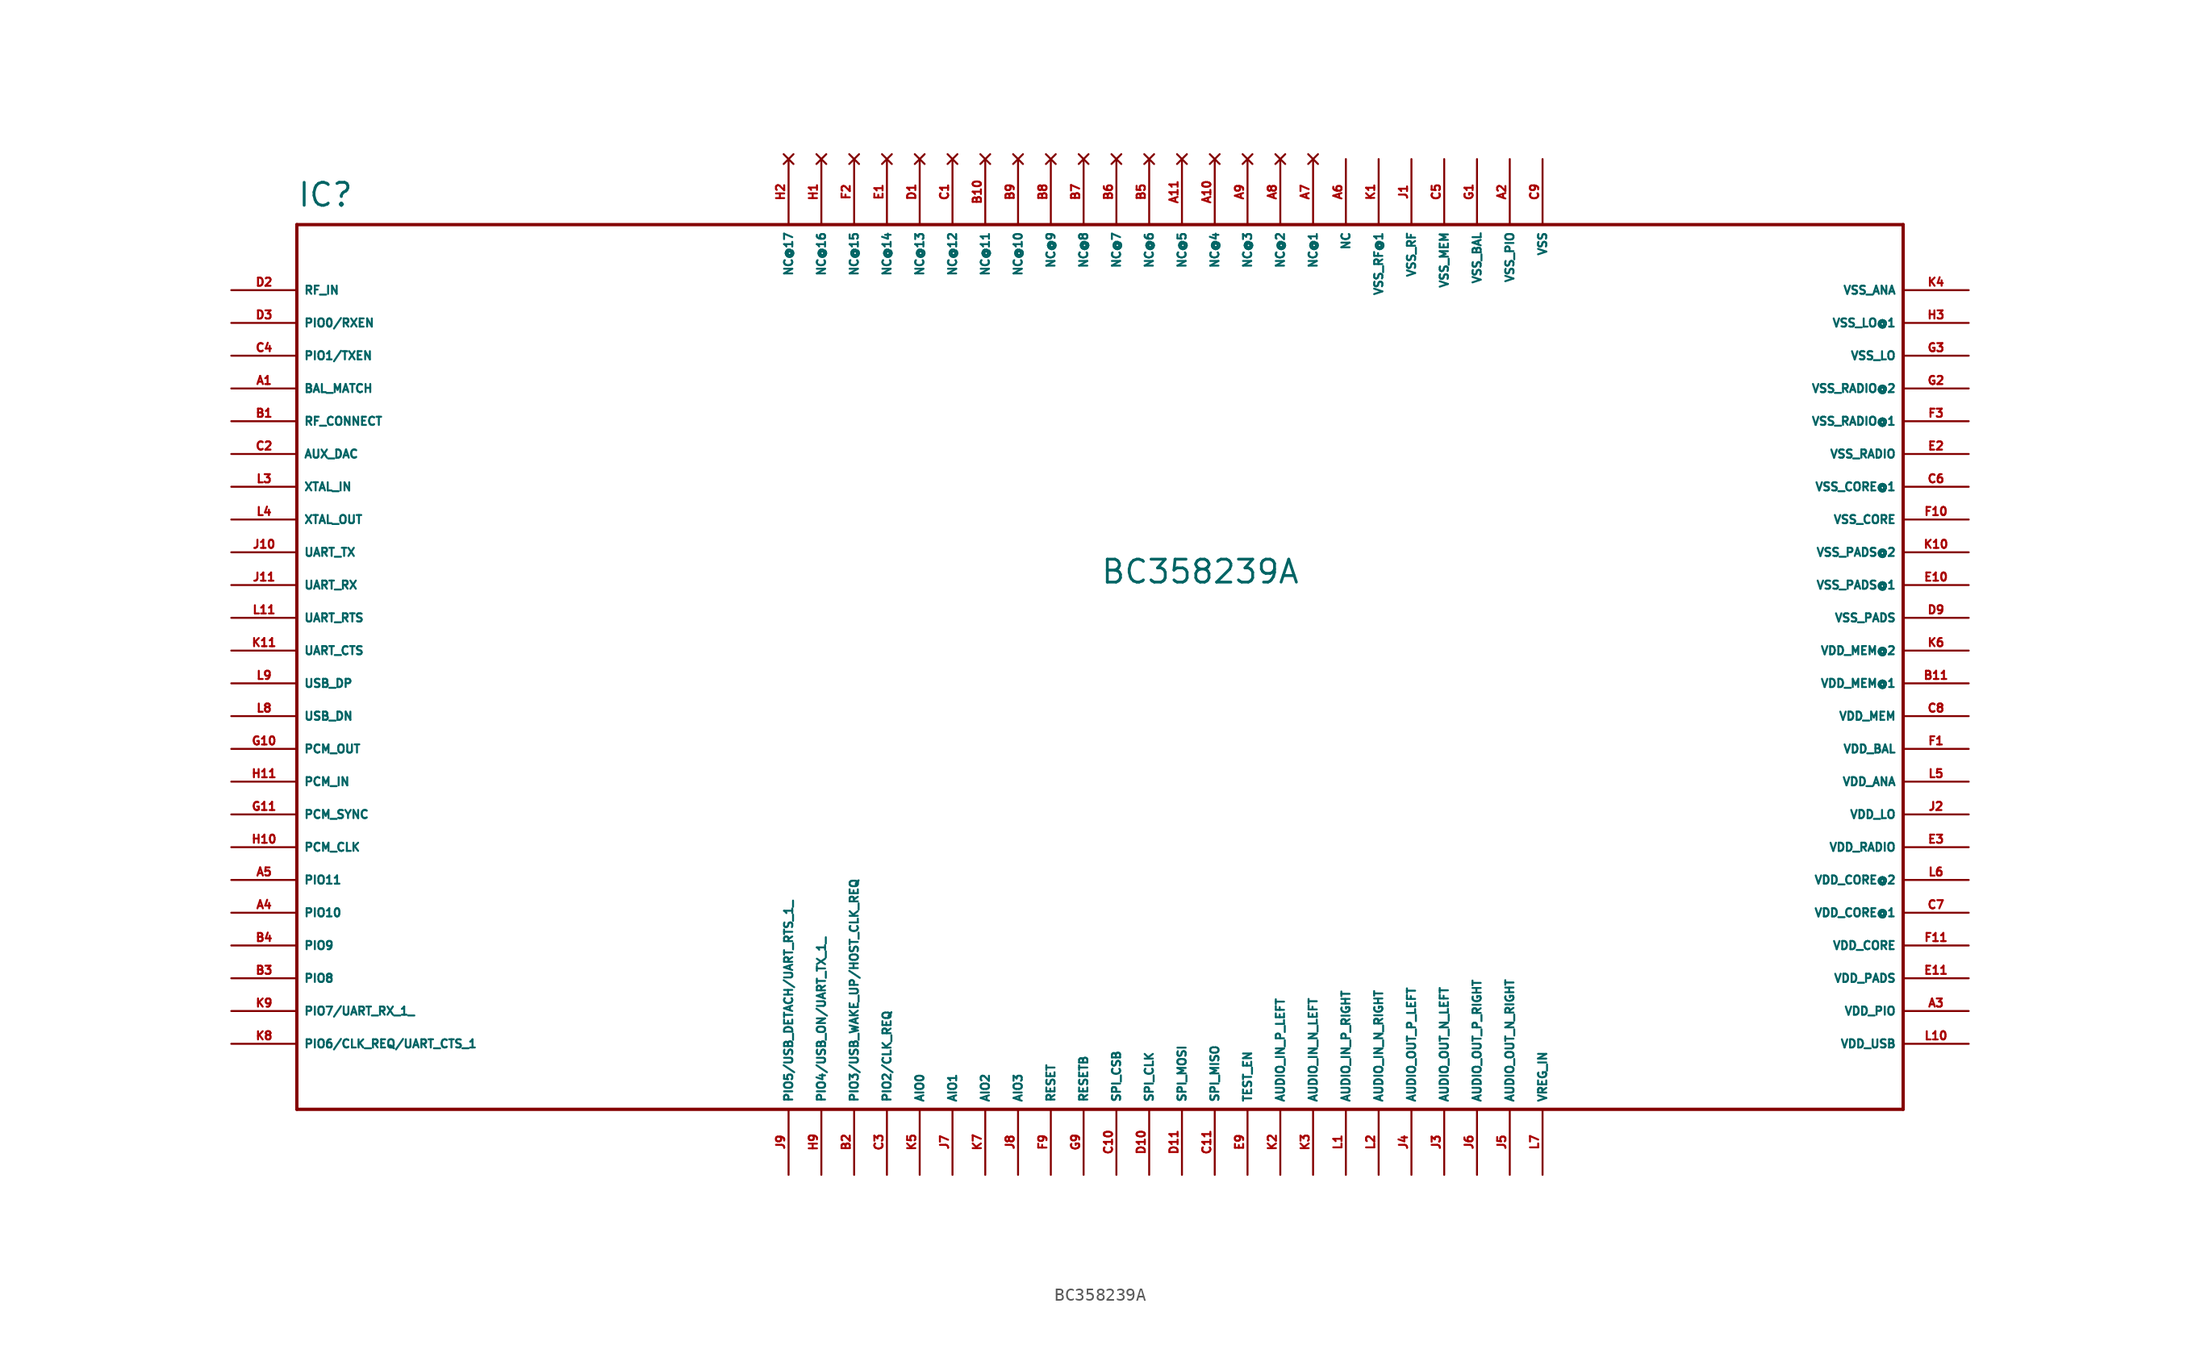
<source format=kicad_sym>
(kicad_symbol_lib
  (version 20220914)
  (generator Eagle2Kicad)
  (symbol "BC358239A"
    (property "Reference" "IC"
      (at -68.58 34.29 0)
      (effects (font (size 1.778 1.778) (thickness 0.22)) (justify left bottom)))
    (property "Value" "BC358239A"
      (at -6.35 5.08 0)
      (effects (font (size 1.778 1.778) (thickness 0.22)) (justify left bottom)))
    (polyline
      (pts (xy -68.58 -35.56) (xy 55.88 -35.56))
      (stroke (width 0.254) (type default))
      (fill (type none)))
    (polyline
      (pts (xy 55.88 -35.56) (xy 55.88 33.02))
      (stroke (width 0.254) (type default))
      (fill (type none)))
    (polyline
      (pts (xy 55.88 33.02) (xy -68.58 33.02))
      (stroke (width 0.254) (type default))
      (fill (type none)))
    (polyline
      (pts (xy -68.58 33.02) (xy -68.58 -35.56))
      (stroke (width 0.254) (type default))
      (fill (type none)))
    (pin input line
      (at -73.66 27.94 0)
      (length 5.08)
      (name "RF_IN" (effects (font (size 0.635 0.635) (thickness 0.08)) (justify left bottom)))
      (number "D2" (effects (font (size 0.635 0.635) (thickness 0.08)) (justify left bottom))))
    (pin bidirectional line
      (at -73.66 25.4 0)
      (length 5.08)
      (name "PIO0/RXEN" (effects (font (size 0.635 0.635) (thickness 0.08)) (justify left bottom)))
      (number "D3" (effects (font (size 0.635 0.635) (thickness 0.08)) (justify left bottom))))
    (pin bidirectional line
      (at -73.66 22.86 0)
      (length 5.08)
      (name "PIO1/TXEN" (effects (font (size 0.635 0.635) (thickness 0.08)) (justify left bottom)))
      (number "C4" (effects (font (size 0.635 0.635) (thickness 0.08)) (justify left bottom))))
    (pin input line
      (at -73.66 20.32 0)
      (length 5.08)
      (name "BAL_MATCH" (effects (font (size 0.635 0.635) (thickness 0.08)) (justify left bottom)))
      (number "A1" (effects (font (size 0.635 0.635) (thickness 0.08)) (justify left bottom))))
    (pin bidirectional line
      (at -73.66 17.78 0)
      (length 5.08)
      (name "RF_CONNECT" (effects (font (size 0.635 0.635) (thickness 0.08)) (justify left bottom)))
      (number "B1" (effects (font (size 0.635 0.635) (thickness 0.08)) (justify left bottom))))
    (pin output line
      (at -73.66 15.24 0)
      (length 5.08)
      (name "AUX_DAC" (effects (font (size 0.635 0.635) (thickness 0.08)) (justify left bottom)))
      (number "C2" (effects (font (size 0.635 0.635) (thickness 0.08)) (justify left bottom))))
    (pin input line
      (at -73.66 12.7 0)
      (length 5.08)
      (name "XTAL_IN" (effects (font (size 0.635 0.635) (thickness 0.08)) (justify left bottom)))
      (number "L3" (effects (font (size 0.635 0.635) (thickness 0.08)) (justify left bottom))))
    (pin output line
      (at -73.66 10.16 0)
      (length 5.08)
      (name "XTAL_OUT" (effects (font (size 0.635 0.635) (thickness 0.08)) (justify left bottom)))
      (number "L4" (effects (font (size 0.635 0.635) (thickness 0.08)) (justify left bottom))))
    (pin output line
      (at -73.66 7.62 0)
      (length 5.08)
      (name "UART_TX" (effects (font (size 0.635 0.635) (thickness 0.08)) (justify left bottom)))
      (number "J10" (effects (font (size 0.635 0.635) (thickness 0.08)) (justify left bottom))))
    (pin input line
      (at -73.66 5.08 0)
      (length 5.08)
      (name "UART_RX" (effects (font (size 0.635 0.635) (thickness 0.08)) (justify left bottom)))
      (number "J11" (effects (font (size 0.635 0.635) (thickness 0.08)) (justify left bottom))))
    (pin tri_state line
      (at -73.66 2.54 0)
      (length 5.08)
      (name "UART_RTS" (effects (font (size 0.635 0.635) (thickness 0.08)) (justify left bottom)))
      (number "L11" (effects (font (size 0.635 0.635) (thickness 0.08)) (justify left bottom))))
    (pin input line
      (at -73.66 0 0)
      (length 5.08)
      (name "UART_CTS" (effects (font (size 0.635 0.635) (thickness 0.08)) (justify left bottom)))
      (number "K11" (effects (font (size 0.635 0.635) (thickness 0.08)) (justify left bottom))))
    (pin bidirectional line
      (at -73.66 -2.54 0)
      (length 5.08)
      (name "USB_DP" (effects (font (size 0.635 0.635) (thickness 0.08)) (justify left bottom)))
      (number "L9" (effects (font (size 0.635 0.635) (thickness 0.08)) (justify left bottom))))
    (pin bidirectional line
      (at -73.66 -5.08 0)
      (length 5.08)
      (name "USB_DN" (effects (font (size 0.635 0.635) (thickness 0.08)) (justify left bottom)))
      (number "L8" (effects (font (size 0.635 0.635) (thickness 0.08)) (justify left bottom))))
    (pin output line
      (at -73.66 -7.62 0)
      (length 5.08)
      (name "PCM_OUT" (effects (font (size 0.635 0.635) (thickness 0.08)) (justify left bottom)))
      (number "G10" (effects (font (size 0.635 0.635) (thickness 0.08)) (justify left bottom))))
    (pin input line
      (at -73.66 -10.16 0)
      (length 5.08)
      (name "PCM_IN" (effects (font (size 0.635 0.635) (thickness 0.08)) (justify left bottom)))
      (number "H11" (effects (font (size 0.635 0.635) (thickness 0.08)) (justify left bottom))))
    (pin bidirectional line
      (at -73.66 -12.7 0)
      (length 5.08)
      (name "PCM_SYNC" (effects (font (size 0.635 0.635) (thickness 0.08)) (justify left bottom)))
      (number "G11" (effects (font (size 0.635 0.635) (thickness 0.08)) (justify left bottom))))
    (pin bidirectional line
      (at -73.66 -15.24 0)
      (length 5.08)
      (name "PCM_CLK" (effects (font (size 0.635 0.635) (thickness 0.08)) (justify left bottom)))
      (number "H10" (effects (font (size 0.635 0.635) (thickness 0.08)) (justify left bottom))))
    (pin bidirectional line
      (at -73.66 -17.78 0)
      (length 5.08)
      (name "PIO11" (effects (font (size 0.635 0.635) (thickness 0.08)) (justify left bottom)))
      (number "A5" (effects (font (size 0.635 0.635) (thickness 0.08)) (justify left bottom))))
    (pin bidirectional line
      (at -73.66 -20.32 0)
      (length 5.08)
      (name "PIO10" (effects (font (size 0.635 0.635) (thickness 0.08)) (justify left bottom)))
      (number "A4" (effects (font (size 0.635 0.635) (thickness 0.08)) (justify left bottom))))
    (pin bidirectional line
      (at -73.66 -22.86 0)
      (length 5.08)
      (name "PIO9" (effects (font (size 0.635 0.635) (thickness 0.08)) (justify left bottom)))
      (number "B4" (effects (font (size 0.635 0.635) (thickness 0.08)) (justify left bottom))))
    (pin bidirectional line
      (at -73.66 -25.4 0)
      (length 5.08)
      (name "PIO8" (effects (font (size 0.635 0.635) (thickness 0.08)) (justify left bottom)))
      (number "B3" (effects (font (size 0.635 0.635) (thickness 0.08)) (justify left bottom))))
    (pin bidirectional line
      (at -73.66 -27.94 0)
      (length 5.08)
      (name "PIO7/UART_RX_1_" (effects (font (size 0.635 0.635) (thickness 0.08)) (justify left bottom)))
      (number "K9" (effects (font (size 0.635 0.635) (thickness 0.08)) (justify left bottom))))
    (pin bidirectional line
      (at -73.66 -30.48 0)
      (length 5.08)
      (name "PIO6/CLK_REQ/UART_CTS_1" (effects (font (size 0.635 0.635) (thickness 0.08)) (justify left bottom)))
      (number "K8" (effects (font (size 0.635 0.635) (thickness 0.08)) (justify left bottom))))
    (pin bidirectional line
      (at -30.48 -40.64 90)
      (length 5.08)
      (name "PIO5/USB_DETACH/UART_RTS_1_" (effects (font (size 0.635 0.635) (thickness 0.08)) (justify left bottom)))
      (number "J9" (effects (font (size 0.635 0.635) (thickness 0.08)) (justify left bottom))))
    (pin bidirectional line
      (at -27.94 -40.64 90)
      (length 5.08)
      (name "PIO4/USB_ON/UART_TX_1_" (effects (font (size 0.635 0.635) (thickness 0.08)) (justify left bottom)))
      (number "H9" (effects (font (size 0.635 0.635) (thickness 0.08)) (justify left bottom))))
    (pin bidirectional line
      (at -25.4 -40.64 90)
      (length 5.08)
      (name "PIO3/USB_WAKE_UP/HOST_CLK_REQ" (effects (font (size 0.635 0.635) (thickness 0.08)) (justify left bottom)))
      (number "B2" (effects (font (size 0.635 0.635) (thickness 0.08)) (justify left bottom))))
    (pin bidirectional line
      (at -22.86 -40.64 90)
      (length 5.08)
      (name "PIO2/CLK_REQ" (effects (font (size 0.635 0.635) (thickness 0.08)) (justify left bottom)))
      (number "C3" (effects (font (size 0.635 0.635) (thickness 0.08)) (justify left bottom))))
    (pin bidirectional line
      (at -20.32 -40.64 90)
      (length 5.08)
      (name "AIO0" (effects (font (size 0.635 0.635) (thickness 0.08)) (justify left bottom)))
      (number "K5" (effects (font (size 0.635 0.635) (thickness 0.08)) (justify left bottom))))
    (pin bidirectional line
      (at -17.78 -40.64 90)
      (length 5.08)
      (name "AIO1" (effects (font (size 0.635 0.635) (thickness 0.08)) (justify left bottom)))
      (number "J7" (effects (font (size 0.635 0.635) (thickness 0.08)) (justify left bottom))))
    (pin bidirectional line
      (at -15.24 -40.64 90)
      (length 5.08)
      (name "AIO2" (effects (font (size 0.635 0.635) (thickness 0.08)) (justify left bottom)))
      (number "K7" (effects (font (size 0.635 0.635) (thickness 0.08)) (justify left bottom))))
    (pin bidirectional line
      (at -12.7 -40.64 90)
      (length 5.08)
      (name "AIO3" (effects (font (size 0.635 0.635) (thickness 0.08)) (justify left bottom)))
      (number "J8" (effects (font (size 0.635 0.635) (thickness 0.08)) (justify left bottom))))
    (pin input line
      (at -10.16 -40.64 90)
      (length 5.08)
      (name "RESET" (effects (font (size 0.635 0.635) (thickness 0.08)) (justify left bottom)))
      (number "F9" (effects (font (size 0.635 0.635) (thickness 0.08)) (justify left bottom))))
    (pin input line
      (at -7.62 -40.64 90)
      (length 5.08)
      (name "RESETB" (effects (font (size 0.635 0.635) (thickness 0.08)) (justify left bottom)))
      (number "G9" (effects (font (size 0.635 0.635) (thickness 0.08)) (justify left bottom))))
    (pin input line
      (at -5.08 -40.64 90)
      (length 5.08)
      (name "SPI_CSB" (effects (font (size 0.635 0.635) (thickness 0.08)) (justify left bottom)))
      (number "C10" (effects (font (size 0.635 0.635) (thickness 0.08)) (justify left bottom))))
    (pin input line
      (at -2.54 -40.64 90)
      (length 5.08)
      (name "SPI_CLK" (effects (font (size 0.635 0.635) (thickness 0.08)) (justify left bottom)))
      (number "D10" (effects (font (size 0.635 0.635) (thickness 0.08)) (justify left bottom))))
    (pin input line
      (at 0 -40.64 90)
      (length 5.08)
      (name "SPI_MOSI" (effects (font (size 0.635 0.635) (thickness 0.08)) (justify left bottom)))
      (number "D11" (effects (font (size 0.635 0.635) (thickness 0.08)) (justify left bottom))))
    (pin tri_state line
      (at 2.54 -40.64 90)
      (length 5.08)
      (name "SPI_MISO" (effects (font (size 0.635 0.635) (thickness 0.08)) (justify left bottom)))
      (number "C11" (effects (font (size 0.635 0.635) (thickness 0.08)) (justify left bottom))))
    (pin input line
      (at 5.08 -40.64 90)
      (length 5.08)
      (name "TEST_EN" (effects (font (size 0.635 0.635) (thickness 0.08)) (justify left bottom)))
      (number "E9" (effects (font (size 0.635 0.635) (thickness 0.08)) (justify left bottom))))
    (pin input line
      (at 7.62 -40.64 90)
      (length 5.08)
      (name "AUDIO_IN_P_LEFT" (effects (font (size 0.635 0.635) (thickness 0.08)) (justify left bottom)))
      (number "K2" (effects (font (size 0.635 0.635) (thickness 0.08)) (justify left bottom))))
    (pin input line
      (at 10.16 -40.64 90)
      (length 5.08)
      (name "AUDIO_IN_N_LEFT" (effects (font (size 0.635 0.635) (thickness 0.08)) (justify left bottom)))
      (number "K3" (effects (font (size 0.635 0.635) (thickness 0.08)) (justify left bottom))))
    (pin input line
      (at 12.7 -40.64 90)
      (length 5.08)
      (name "AUDIO_IN_P_RIGHT" (effects (font (size 0.635 0.635) (thickness 0.08)) (justify left bottom)))
      (number "L1" (effects (font (size 0.635 0.635) (thickness 0.08)) (justify left bottom))))
    (pin input line
      (at 15.24 -40.64 90)
      (length 5.08)
      (name "AUDIO_IN_N_RIGHT" (effects (font (size 0.635 0.635) (thickness 0.08)) (justify left bottom)))
      (number "L2" (effects (font (size 0.635 0.635) (thickness 0.08)) (justify left bottom))))
    (pin output line
      (at 17.78 -40.64 90)
      (length 5.08)
      (name "AUDIO_OUT_P_LEFT" (effects (font (size 0.635 0.635) (thickness 0.08)) (justify left bottom)))
      (number "J4" (effects (font (size 0.635 0.635) (thickness 0.08)) (justify left bottom))))
    (pin output line
      (at 20.32 -40.64 90)
      (length 5.08)
      (name "AUDIO_OUT_N_LEFT" (effects (font (size 0.635 0.635) (thickness 0.08)) (justify left bottom)))
      (number "J3" (effects (font (size 0.635 0.635) (thickness 0.08)) (justify left bottom))))
    (pin output line
      (at 22.86 -40.64 90)
      (length 5.08)
      (name "AUDIO_OUT_P_RIGHT" (effects (font (size 0.635 0.635) (thickness 0.08)) (justify left bottom)))
      (number "J6" (effects (font (size 0.635 0.635) (thickness 0.08)) (justify left bottom))))
    (pin output line
      (at 25.4 -40.64 90)
      (length 5.08)
      (name "AUDIO_OUT_N_RIGHT" (effects (font (size 0.635 0.635) (thickness 0.08)) (justify left bottom)))
      (number "J5" (effects (font (size 0.635 0.635) (thickness 0.08)) (justify left bottom))))
    (pin output line
      (at 27.94 -40.64 90)
      (length 5.08)
      (name "VREG_IN" (effects (font (size 0.635 0.635) (thickness 0.08)) (justify left bottom)))
      (number "L7" (effects (font (size 0.635 0.635) (thickness 0.08)) (justify left bottom))))
    (pin input line
      (at 60.96 -30.48 180)
      (length 5.08)
      (name "VDD_USB" (effects (font (size 0.635 0.635) (thickness 0.08)) (justify left bottom)))
      (number "L10" (effects (font (size 0.635 0.635) (thickness 0.08)) (justify left bottom))))
    (pin input line
      (at 60.96 -27.94 180)
      (length 5.08)
      (name "VDD_PIO" (effects (font (size 0.635 0.635) (thickness 0.08)) (justify left bottom)))
      (number "A3" (effects (font (size 0.635 0.635) (thickness 0.08)) (justify left bottom))))
    (pin input line
      (at 60.96 -25.4 180)
      (length 5.08)
      (name "VDD_PADS" (effects (font (size 0.635 0.635) (thickness 0.08)) (justify left bottom)))
      (number "E11" (effects (font (size 0.635 0.635) (thickness 0.08)) (justify left bottom))))
    (pin input line
      (at 60.96 -22.86 180)
      (length 5.08)
      (name "VDD_CORE" (effects (font (size 0.635 0.635) (thickness 0.08)) (justify left bottom)))
      (number "F11" (effects (font (size 0.635 0.635) (thickness 0.08)) (justify left bottom))))
    (pin unspecified line
      (at 60.96 -20.32 180)
      (length 5.08)
      (name "VDD_CORE@1" (effects (font (size 0.635 0.635) (thickness 0.08)) (justify left bottom)))
      (number "C7" (effects (font (size 0.635 0.635) (thickness 0.08)) (justify left bottom))))
    (pin unspecified line
      (at 60.96 -17.78 180)
      (length 5.08)
      (name "VDD_CORE@2" (effects (font (size 0.635 0.635) (thickness 0.08)) (justify left bottom)))
      (number "L6" (effects (font (size 0.635 0.635) (thickness 0.08)) (justify left bottom))))
    (pin unspecified line
      (at 60.96 -15.24 180)
      (length 5.08)
      (name "VDD_RADIO" (effects (font (size 0.635 0.635) (thickness 0.08)) (justify left bottom)))
      (number "E3" (effects (font (size 0.635 0.635) (thickness 0.08)) (justify left bottom))))
    (pin input line
      (at 60.96 -12.7 180)
      (length 5.08)
      (name "VDD_LO" (effects (font (size 0.635 0.635) (thickness 0.08)) (justify left bottom)))
      (number "J2" (effects (font (size 0.635 0.635) (thickness 0.08)) (justify left bottom))))
    (pin input line
      (at 60.96 -10.16 180)
      (length 5.08)
      (name "VDD_ANA" (effects (font (size 0.635 0.635) (thickness 0.08)) (justify left bottom)))
      (number "L5" (effects (font (size 0.635 0.635) (thickness 0.08)) (justify left bottom))))
    (pin output line
      (at 60.96 -7.62 180)
      (length 5.08)
      (name "VDD_BAL" (effects (font (size 0.635 0.635) (thickness 0.08)) (justify left bottom)))
      (number "F1" (effects (font (size 0.635 0.635) (thickness 0.08)) (justify left bottom))))
    (pin input line
      (at 60.96 -5.08 180)
      (length 5.08)
      (name "VDD_MEM" (effects (font (size 0.635 0.635) (thickness 0.08)) (justify left bottom)))
      (number "C8" (effects (font (size 0.635 0.635) (thickness 0.08)) (justify left bottom))))
    (pin unspecified line
      (at 60.96 -2.54 180)
      (length 5.08)
      (name "VDD_MEM@1" (effects (font (size 0.635 0.635) (thickness 0.08)) (justify left bottom)))
      (number "B11" (effects (font (size 0.635 0.635) (thickness 0.08)) (justify left bottom))))
    (pin unspecified line
      (at 60.96 0 180)
      (length 5.08)
      (name "VDD_MEM@2" (effects (font (size 0.635 0.635) (thickness 0.08)) (justify left bottom)))
      (number "K6" (effects (font (size 0.635 0.635) (thickness 0.08)) (justify left bottom))))
    (pin unspecified line
      (at 60.96 2.54 180)
      (length 5.08)
      (name "VSS_PADS" (effects (font (size 0.635 0.635) (thickness 0.08)) (justify left bottom)))
      (number "D9" (effects (font (size 0.635 0.635) (thickness 0.08)) (justify left bottom))))
    (pin unspecified line
      (at 60.96 5.08 180)
      (length 5.08)
      (name "VSS_PADS@1" (effects (font (size 0.635 0.635) (thickness 0.08)) (justify left bottom)))
      (number "E10" (effects (font (size 0.635 0.635) (thickness 0.08)) (justify left bottom))))
    (pin unspecified line
      (at 60.96 7.62 180)
      (length 5.08)
      (name "VSS_PADS@2" (effects (font (size 0.635 0.635) (thickness 0.08)) (justify left bottom)))
      (number "K10" (effects (font (size 0.635 0.635) (thickness 0.08)) (justify left bottom))))
    (pin unspecified line
      (at 60.96 10.16 180)
      (length 5.08)
      (name "VSS_CORE" (effects (font (size 0.635 0.635) (thickness 0.08)) (justify left bottom)))
      (number "F10" (effects (font (size 0.635 0.635) (thickness 0.08)) (justify left bottom))))
    (pin unspecified line
      (at 60.96 12.7 180)
      (length 5.08)
      (name "VSS_CORE@1" (effects (font (size 0.635 0.635) (thickness 0.08)) (justify left bottom)))
      (number "C6" (effects (font (size 0.635 0.635) (thickness 0.08)) (justify left bottom))))
    (pin unspecified line
      (at 60.96 15.24 180)
      (length 5.08)
      (name "VSS_RADIO" (effects (font (size 0.635 0.635) (thickness 0.08)) (justify left bottom)))
      (number "E2" (effects (font (size 0.635 0.635) (thickness 0.08)) (justify left bottom))))
    (pin unspecified line
      (at 60.96 17.78 180)
      (length 5.08)
      (name "VSS_RADIO@1" (effects (font (size 0.635 0.635) (thickness 0.08)) (justify left bottom)))
      (number "F3" (effects (font (size 0.635 0.635) (thickness 0.08)) (justify left bottom))))
    (pin unspecified line
      (at 60.96 20.32 180)
      (length 5.08)
      (name "VSS_RADIO@2" (effects (font (size 0.635 0.635) (thickness 0.08)) (justify left bottom)))
      (number "G2" (effects (font (size 0.635 0.635) (thickness 0.08)) (justify left bottom))))
    (pin unspecified line
      (at 60.96 22.86 180)
      (length 5.08)
      (name "VSS_LO" (effects (font (size 0.635 0.635) (thickness 0.08)) (justify left bottom)))
      (number "G3" (effects (font (size 0.635 0.635) (thickness 0.08)) (justify left bottom))))
    (pin unspecified line
      (at 60.96 25.4 180)
      (length 5.08)
      (name "VSS_LO@1" (effects (font (size 0.635 0.635) (thickness 0.08)) (justify left bottom)))
      (number "H3" (effects (font (size 0.635 0.635) (thickness 0.08)) (justify left bottom))))
    (pin unspecified line
      (at 60.96 27.94 180)
      (length 5.08)
      (name "VSS_ANA" (effects (font (size 0.635 0.635) (thickness 0.08)) (justify left bottom)))
      (number "K4" (effects (font (size 0.635 0.635) (thickness 0.08)) (justify left bottom))))
    (pin unspecified line
      (at 27.94 38.1 270)
      (length 5.08)
      (name "VSS" (effects (font (size 0.635 0.635) (thickness 0.08)) (justify left bottom)))
      (number "C9" (effects (font (size 0.635 0.635) (thickness 0.08)) (justify left bottom))))
    (pin unspecified line
      (at 25.4 38.1 270)
      (length 5.08)
      (name "VSS_PIO" (effects (font (size 0.635 0.635) (thickness 0.08)) (justify left bottom)))
      (number "A2" (effects (font (size 0.635 0.635) (thickness 0.08)) (justify left bottom))))
    (pin unspecified line
      (at 22.86 38.1 270)
      (length 5.08)
      (name "VSS_BAL" (effects (font (size 0.635 0.635) (thickness 0.08)) (justify left bottom)))
      (number "G1" (effects (font (size 0.635 0.635) (thickness 0.08)) (justify left bottom))))
    (pin unspecified line
      (at 20.32 38.1 270)
      (length 5.08)
      (name "VSS_MEM" (effects (font (size 0.635 0.635) (thickness 0.08)) (justify left bottom)))
      (number "C5" (effects (font (size 0.635 0.635) (thickness 0.08)) (justify left bottom))))
    (pin unspecified line
      (at 17.78 38.1 270)
      (length 5.08)
      (name "VSS_RF" (effects (font (size 0.635 0.635) (thickness 0.08)) (justify left bottom)))
      (number "J1" (effects (font (size 0.635 0.635) (thickness 0.08)) (justify left bottom))))
    (pin unspecified line
      (at 15.24 38.1 270)
      (length 5.08)
      (name "VSS_RF@1" (effects (font (size 0.635 0.635) (thickness 0.08)) (justify left bottom)))
      (number "K1" (effects (font (size 0.635 0.635) (thickness 0.08)) (justify left bottom))))
    (pin unspecified line
      (at 12.7 38.1 270)
      (length 5.08)
      (name "NC" (effects (font (size 0.635 0.635) (thickness 0.08)) (justify left bottom)))
      (number "A6" (effects (font (size 0.635 0.635) (thickness 0.08)) (justify left bottom))))
    (pin no_connect line
      (at 10.16 38.1 270)
      (length 5.08)
      (name "NC@1" (effects (font (size 0.635 0.635) (thickness 0.08)) (justify left bottom) hide))
      (number "A7" (effects (font (size 0.635 0.635) (thickness 0.08)) (justify left bottom) hide)))
    (pin no_connect line
      (at 7.62 38.1 270)
      (length 5.08)
      (name "NC@2" (effects (font (size 0.635 0.635) (thickness 0.08)) (justify left bottom) hide))
      (number "A8" (effects (font (size 0.635 0.635) (thickness 0.08)) (justify left bottom) hide)))
    (pin no_connect line
      (at 5.08 38.1 270)
      (length 5.08)
      (name "NC@3" (effects (font (size 0.635 0.635) (thickness 0.08)) (justify left bottom) hide))
      (number "A9" (effects (font (size 0.635 0.635) (thickness 0.08)) (justify left bottom) hide)))
    (pin no_connect line
      (at 2.54 38.1 270)
      (length 5.08)
      (name "NC@4" (effects (font (size 0.635 0.635) (thickness 0.08)) (justify left bottom) hide))
      (number "A10" (effects (font (size 0.635 0.635) (thickness 0.08)) (justify left bottom) hide)))
    (pin no_connect line
      (at 0 38.1 270)
      (length 5.08)
      (name "NC@5" (effects (font (size 0.635 0.635) (thickness 0.08)) (justify left bottom) hide))
      (number "A11" (effects (font (size 0.635 0.635) (thickness 0.08)) (justify left bottom) hide)))
    (pin no_connect line
      (at -2.54 38.1 270)
      (length 5.08)
      (name "NC@6" (effects (font (size 0.635 0.635) (thickness 0.08)) (justify left bottom) hide))
      (number "B5" (effects (font (size 0.635 0.635) (thickness 0.08)) (justify left bottom) hide)))
    (pin no_connect line
      (at -5.08 38.1 270)
      (length 5.08)
      (name "NC@7" (effects (font (size 0.635 0.635) (thickness 0.08)) (justify left bottom) hide))
      (number "B6" (effects (font (size 0.635 0.635) (thickness 0.08)) (justify left bottom) hide)))
    (pin no_connect line
      (at -7.62 38.1 270)
      (length 5.08)
      (name "NC@8" (effects (font (size 0.635 0.635) (thickness 0.08)) (justify left bottom) hide))
      (number "B7" (effects (font (size 0.635 0.635) (thickness 0.08)) (justify left bottom) hide)))
    (pin no_connect line
      (at -10.16 38.1 270)
      (length 5.08)
      (name "NC@9" (effects (font (size 0.635 0.635) (thickness 0.08)) (justify left bottom) hide))
      (number "B8" (effects (font (size 0.635 0.635) (thickness 0.08)) (justify left bottom) hide)))
    (pin no_connect line
      (at -12.7 38.1 270)
      (length 5.08)
      (name "NC@10" (effects (font (size 0.635 0.635) (thickness 0.08)) (justify left bottom) hide))
      (number "B9" (effects (font (size 0.635 0.635) (thickness 0.08)) (justify left bottom) hide)))
    (pin no_connect line
      (at -15.24 38.1 270)
      (length 5.08)
      (name "NC@11" (effects (font (size 0.635 0.635) (thickness 0.08)) (justify left bottom) hide))
      (number "B10" (effects (font (size 0.635 0.635) (thickness 0.08)) (justify left bottom) hide)))
    (pin no_connect line
      (at -17.78 38.1 270)
      (length 5.08)
      (name "NC@12" (effects (font (size 0.635 0.635) (thickness 0.08)) (justify left bottom) hide))
      (number "C1" (effects (font (size 0.635 0.635) (thickness 0.08)) (justify left bottom) hide)))
    (pin no_connect line
      (at -20.32 38.1 270)
      (length 5.08)
      (name "NC@13" (effects (font (size 0.635 0.635) (thickness 0.08)) (justify left bottom) hide))
      (number "D1" (effects (font (size 0.635 0.635) (thickness 0.08)) (justify left bottom) hide)))
    (pin no_connect line
      (at -22.86 38.1 270)
      (length 5.08)
      (name "NC@14" (effects (font (size 0.635 0.635) (thickness 0.08)) (justify left bottom) hide))
      (number "E1" (effects (font (size 0.635 0.635) (thickness 0.08)) (justify left bottom) hide)))
    (pin no_connect line
      (at -25.4 38.1 270)
      (length 5.08)
      (name "NC@15" (effects (font (size 0.635 0.635) (thickness 0.08)) (justify left bottom) hide))
      (number "F2" (effects (font (size 0.635 0.635) (thickness 0.08)) (justify left bottom) hide)))
    (pin no_connect line
      (at -27.94 38.1 270)
      (length 5.08)
      (name "NC@16" (effects (font (size 0.635 0.635) (thickness 0.08)) (justify left bottom) hide))
      (number "H1" (effects (font (size 0.635 0.635) (thickness 0.08)) (justify left bottom) hide)))
    (pin no_connect line
      (at -30.48 38.1 270)
      (length 5.08)
      (name "NC@17" (effects (font (size 0.635 0.635) (thickness 0.08)) (justify left bottom) hide))
      (number "H2" (effects (font (size 0.635 0.635) (thickness 0.08)) (justify left bottom) hide)))))
</source>
